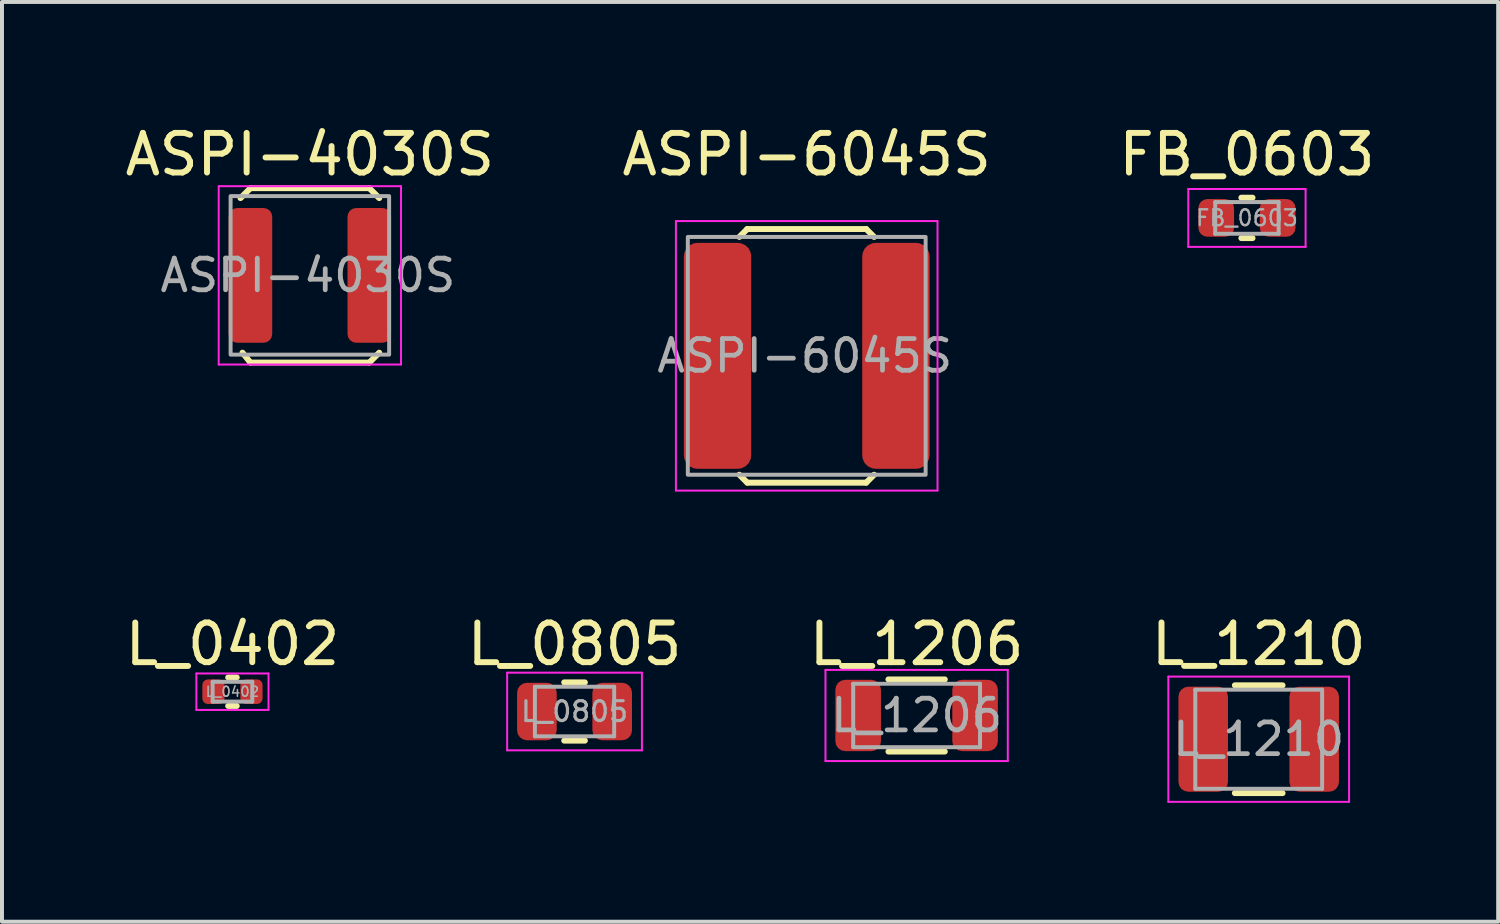
<source format=kicad_pcb>
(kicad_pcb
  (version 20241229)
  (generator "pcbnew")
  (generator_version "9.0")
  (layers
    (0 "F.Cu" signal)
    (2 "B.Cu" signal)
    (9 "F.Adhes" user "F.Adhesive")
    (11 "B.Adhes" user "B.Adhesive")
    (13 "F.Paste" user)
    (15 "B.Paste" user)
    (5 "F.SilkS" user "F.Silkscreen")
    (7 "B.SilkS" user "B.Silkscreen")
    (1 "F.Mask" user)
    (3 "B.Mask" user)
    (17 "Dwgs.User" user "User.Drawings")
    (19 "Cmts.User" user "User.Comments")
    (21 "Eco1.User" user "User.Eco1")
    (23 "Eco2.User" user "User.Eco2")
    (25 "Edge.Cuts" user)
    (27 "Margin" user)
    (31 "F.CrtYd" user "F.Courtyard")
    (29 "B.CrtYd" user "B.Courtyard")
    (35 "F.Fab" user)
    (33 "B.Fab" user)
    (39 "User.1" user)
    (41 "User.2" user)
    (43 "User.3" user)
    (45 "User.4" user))
  (footprint "L_0402"
    (layer "F.Cu")
    (at 2.815 14.402)
    (property "Reference" "L_0402" (at 0 -1.2 0) (layer "F.SilkS") (effects (font (size 1 1) (thickness 0.15))))
    (attr smd)
    (fp_line (start -0.108 -0.36) (end 0.108 -0.36) (stroke (width 0.15) (type solid)) (layer "F.SilkS"))
    (fp_line (start -0.108 0.36) (end 0.108 0.36) (stroke (width 0.15) (type solid)) (layer "F.SilkS"))
    (fp_line (start -0.91 -0.46) (end 0.91 -0.46) (stroke (width 0.05) (type solid)) (layer "F.CrtYd"))
    (fp_line (start -0.91 0.46) (end -0.91 -0.46) (stroke (width 0.05) (type solid)) (layer "F.CrtYd"))
    (fp_line (start 0.91 -0.46) (end 0.91 0.46) (stroke (width 0.05) (type solid)) (layer "F.CrtYd"))
    (fp_line (start 0.91 0.46) (end -0.91 0.46) (stroke (width 0.05) (type solid)) (layer "F.CrtYd"))
    (fp_line (start -0.5 -0.25) (end 0.5 -0.25) (stroke (width 0.1) (type solid)) (layer "F.Fab"))
    (fp_line (start -0.5 0.25) (end -0.5 -0.25) (stroke (width 0.1) (type solid)) (layer "F.Fab"))
    (fp_line (start 0.5 -0.25) (end 0.5 0.25) (stroke (width 0.1) (type solid)) (layer "F.Fab"))
    (fp_line (start 0.5 0.25) (end -0.5 0.25) (stroke (width 0.1) (type solid)) (layer "F.Fab"))
    (fp_text user "${REFERENCE}" (at 0 0 0) (layer "F.Fab") (effects (font (size 0.25 0.25) (thickness 0.04))))
    (pad "1" smd roundrect (at -0.48 0) (size 0.56 0.62) (layers "F.Cu" "F.Mask" "F.Paste") (roundrect_rratio 0.25))
    (pad "2" smd roundrect (at 0.48 0) (size 0.56 0.62) (layers "F.Cu" "F.Mask" "F.Paste") (roundrect_rratio 0.25)))
  (footprint "ASPI-6045S"
    (layer "F.Cu")
    (at 17.304 5.928)
    (property "Reference" "ASPI-6045S" (at 0 -5.08 0) (unlocked yes) (layer "F.SilkS") (effects (font (size 1 1) (thickness 0.15))))
    (attr smd)
    (fp_line (start -1.5 -3.2) (end -1.7 -3) (stroke (width 0.15) (type default)) (layer "F.SilkS"))
    (fp_line (start -1.5 3.2) (end -1.7 3) (stroke (width 0.15) (type default)) (layer "F.SilkS"))
    (fp_line (start -1.5 3.2) (end 1.5 3.2) (stroke (width 0.15) (type solid)) (layer "F.SilkS"))
    (fp_line (start 1.5 -3.2) (end -1.5 -3.2) (stroke (width 0.15) (type solid)) (layer "F.SilkS"))
    (fp_line (start 1.5 -3.2) (end 1.7 -3) (stroke (width 0.15) (type default)) (layer "F.SilkS"))
    (fp_line (start 1.5 3.2) (end 1.7 3) (stroke (width 0.15) (type default)) (layer "F.SilkS"))
    (fp_line (start -3.3 -3.4) (end -3.3 3.4) (stroke (width 0.05) (type solid)) (layer "F.CrtYd"))
    (fp_line (start -3.3 3.4) (end 3.3 3.4) (stroke (width 0.05) (type solid)) (layer "F.CrtYd"))
    (fp_line (start 3.3 -3.4) (end -3.3 -3.4) (stroke (width 0.05) (type solid)) (layer "F.CrtYd"))
    (fp_line (start 3.3 3.4) (end 3.3 -3.4) (stroke (width 0.05) (type solid)) (layer "F.CrtYd"))
    (fp_rect (start -3 -3) (end 3 3) (stroke (width 0.1) (type default)) (fill no) (layer "F.Fab"))
    (fp_text user "${REFERENCE}" (at -0.05 0 0) (layer "F.Fab") (effects (font (size 0.8 0.8) (thickness 0.12))))
    (pad "1" smd roundrect (at -2.25 0) (size 1.7 5.7) (layers "F.Cu" "F.Mask" "F.Paste") (roundrect_rratio 0.2))
    (pad "2" smd roundrect (at 2.25 0) (size 1.7 5.7) (layers "F.Cu" "F.Mask" "F.Paste") (roundrect_rratio 0.2)))
  (footprint "L_1206"
    (layer "F.Cu")
    (at 20.077 15.002)
    (property "Reference" "L_1206" (at 0 -1.8 0) (layer "F.SilkS") (effects (font (size 1 1) (thickness 0.15))))
    (attr smd)
    (fp_line (start -0.711 -0.91) (end 0.711 -0.91) (stroke (width 0.15) (type solid)) (layer "F.SilkS"))
    (fp_line (start -0.711 0.91) (end 0.711 0.91) (stroke (width 0.15) (type solid)) (layer "F.SilkS"))
    (fp_line (start -2.3 -1.15) (end 2.3 -1.15) (stroke (width 0.05) (type solid)) (layer "F.CrtYd"))
    (fp_line (start -2.3 1.15) (end -2.3 -1.15) (stroke (width 0.05) (type solid)) (layer "F.CrtYd"))
    (fp_line (start 2.3 -1.15) (end 2.3 1.15) (stroke (width 0.05) (type solid)) (layer "F.CrtYd"))
    (fp_line (start 2.3 1.15) (end -2.3 1.15) (stroke (width 0.05) (type solid)) (layer "F.CrtYd"))
    (fp_line (start -1.6 -0.8) (end 1.6 -0.8) (stroke (width 0.1) (type solid)) (layer "F.Fab"))
    (fp_line (start -1.6 0.8) (end -1.6 -0.8) (stroke (width 0.1) (type solid)) (layer "F.Fab"))
    (fp_line (start 1.6 -0.8) (end 1.6 0.8) (stroke (width 0.1) (type solid)) (layer "F.Fab"))
    (fp_line (start 1.6 0.8) (end -1.6 0.8) (stroke (width 0.1) (type solid)) (layer "F.Fab"))
    (fp_text user "${REFERENCE}" (at 0 0 0) (layer "F.Fab") (effects (font (size 0.8 0.8) (thickness 0.12))))
    (pad "1" smd roundrect (at -1.475 0) (size 1.15 1.8) (layers "F.Cu" "F.Mask" "F.Paste") (roundrect_rratio 0.217))
    (pad "2" smd roundrect (at 1.475 0) (size 1.15 1.8) (layers "F.Cu" "F.Mask" "F.Paste") (roundrect_rratio 0.217)))
  (footprint "L_0805"
    (layer "F.Cu")
    (at 11.446 14.902)
    (property "Reference" "L_0805" (at 0 -1.7 0) (layer "F.SilkS") (effects (font (size 1 1) (thickness 0.15))))
    (attr smd)
    (fp_line (start -0.261 -0.735) (end 0.261 -0.735) (stroke (width 0.15) (type solid)) (layer "F.SilkS"))
    (fp_line (start -0.261 0.735) (end 0.261 0.735) (stroke (width 0.15) (type solid)) (layer "F.SilkS"))
    (fp_line (start -1.7 -0.98) (end 1.7 -0.98) (stroke (width 0.05) (type solid)) (layer "F.CrtYd"))
    (fp_line (start -1.7 0.98) (end -1.7 -0.98) (stroke (width 0.05) (type solid)) (layer "F.CrtYd"))
    (fp_line (start 1.7 -0.98) (end 1.7 0.98) (stroke (width 0.05) (type solid)) (layer "F.CrtYd"))
    (fp_line (start 1.7 0.98) (end -1.7 0.98) (stroke (width 0.05) (type solid)) (layer "F.CrtYd"))
    (fp_line (start -1 -0.625) (end 1 -0.625) (stroke (width 0.1) (type solid)) (layer "F.Fab"))
    (fp_line (start -1 0.625) (end -1 -0.625) (stroke (width 0.1) (type solid)) (layer "F.Fab"))
    (fp_line (start 1 -0.625) (end 1 0.625) (stroke (width 0.1) (type solid)) (layer "F.Fab"))
    (fp_line (start 1 0.625) (end -1 0.625) (stroke (width 0.1) (type solid)) (layer "F.Fab"))
    (fp_text user "${REFERENCE}" (at 0 0 0) (layer "F.Fab") (effects (font (size 0.5 0.5) (thickness 0.08))))
    (pad "1" smd roundrect (at -0.95 0) (size 1 1.45) (layers "F.Cu" "F.Mask" "F.Paste") (roundrect_rratio 0.25))
    (pad "2" smd roundrect (at 0.95 0) (size 1 1.45) (layers "F.Cu" "F.Mask" "F.Paste") (roundrect_rratio 0.25)))
  (footprint "FB_0603"
    (layer "F.Cu")
    (at 28.411 2.448)
    (property "Reference" "FB_0603" (at 0 -1.6 0) (layer "F.SilkS") (effects (font (size 1 1) (thickness 0.15))))
    (attr through_hole)
    (fp_line (start -0.141 -0.51) (end 0.141 -0.51) (stroke (width 0.15) (type solid)) (layer "F.SilkS"))
    (fp_line (start -0.141 0.51) (end 0.141 0.51) (stroke (width 0.15) (type solid)) (layer "F.SilkS"))
    (fp_line (start -1.48 -0.73) (end 1.48 -0.73) (stroke (width 0.05) (type solid)) (layer "F.CrtYd"))
    (fp_line (start -1.48 0.73) (end -1.48 -0.73) (stroke (width 0.05) (type solid)) (layer "F.CrtYd"))
    (fp_line (start 1.48 -0.73) (end 1.48 0.73) (stroke (width 0.05) (type solid)) (layer "F.CrtYd"))
    (fp_line (start 1.48 0.73) (end -1.48 0.73) (stroke (width 0.05) (type solid)) (layer "F.CrtYd"))
    (fp_line (start -0.8 -0.4) (end 0.8 -0.4) (stroke (width 0.1) (type solid)) (layer "F.Fab"))
    (fp_line (start -0.8 0.4) (end -0.8 -0.4) (stroke (width 0.1) (type solid)) (layer "F.Fab"))
    (fp_line (start 0.8 -0.4) (end 0.8 0.4) (stroke (width 0.1) (type solid)) (layer "F.Fab"))
    (fp_line (start 0.8 0.4) (end -0.8 0.4) (stroke (width 0.1) (type solid)) (layer "F.Fab"))
    (fp_text user "${REFERENCE}" (at 0 0 0) (layer "F.Fab") (effects (font (size 0.4 0.4) (thickness 0.06))))
    (pad "1" smd roundrect (at -0.775 0) (size 0.9 0.95) (layers "F.Cu" "F.Mask" "F.Paste") (roundrect_rratio 0.25))
    (pad "2" smd roundrect (at 0.775 0) (size 0.9 0.95) (layers "F.Cu" "F.Mask" "F.Paste") (roundrect_rratio 0.25)))
  (footprint "L_1210"
    (layer "F.Cu")
    (at 28.708 15.601)
    (property "Reference" "L_1210" (at 0 -2.4 0) (unlocked yes) (layer "F.SilkS") (effects (font (size 1 1) (thickness 0.15))))
    (attr smd)
    (fp_line (start -0.602 -1.36) (end 0.602 -1.36) (stroke (width 0.15) (type solid)) (layer "F.SilkS"))
    (fp_line (start -0.602 1.36) (end 0.602 1.36) (stroke (width 0.15) (type solid)) (layer "F.SilkS"))
    (fp_line (start -2.28 -1.58) (end 2.28 -1.58) (stroke (width 0.05) (type solid)) (layer "F.CrtYd"))
    (fp_line (start -2.28 1.58) (end -2.28 -1.58) (stroke (width 0.05) (type solid)) (layer "F.CrtYd"))
    (fp_line (start 2.28 -1.58) (end 2.28 1.58) (stroke (width 0.05) (type solid)) (layer "F.CrtYd"))
    (fp_line (start 2.28 1.58) (end -2.28 1.58) (stroke (width 0.05) (type solid)) (layer "F.CrtYd"))
    (fp_line (start -1.6 -1.25) (end 1.6 -1.25) (stroke (width 0.1) (type solid)) (layer "F.Fab"))
    (fp_line (start -1.6 1.25) (end -1.6 -1.25) (stroke (width 0.1) (type solid)) (layer "F.Fab"))
    (fp_line (start 1.6 -1.25) (end 1.6 1.25) (stroke (width 0.1) (type solid)) (layer "F.Fab"))
    (fp_line (start 1.6 1.25) (end -1.6 1.25) (stroke (width 0.1) (type solid)) (layer "F.Fab"))
    (fp_text user "${REFERENCE}" (at 0 0 0) (layer "F.Fab") (effects (font (size 0.8 0.8) (thickness 0.12))))
    (pad "1" smd roundrect (at -1.4 0) (size 1.25 2.65) (layers "F.Cu" "F.Mask" "F.Paste") (roundrect_rratio 0.2))
    (pad "2" smd roundrect (at 1.4 0) (size 1.25 2.65) (layers "F.Cu" "F.Mask" "F.Paste") (roundrect_rratio 0.2)))
  (footprint "ASPI-4030S"
    (layer "F.Cu")
    (at 4.768 3.898)
    (property "Reference" "ASPI-4030S" (at 0 -3.05 0) (unlocked yes) (layer "F.SilkS") (effects (font (size 1 1) (thickness 0.15))))
    (attr smd)
    (fp_line (start -1.5 -2.2) (end -1.75 -1.95) (stroke (width 0.15) (type default)) (layer "F.SilkS"))
    (fp_line (start -1.5 -2.2) (end 1.5 -2.2) (stroke (width 0.15) (type solid)) (layer "F.SilkS"))
    (fp_line (start -1.5 2.2) (end -1.7 1.95) (stroke (width 0.15) (type default)) (layer "F.SilkS"))
    (fp_line (start -1.5 2.2) (end 1.5 2.2) (stroke (width 0.15) (type solid)) (layer "F.SilkS"))
    (fp_line (start 1.5 -2.2) (end 1.75 -1.95) (stroke (width 0.15) (type default)) (layer "F.SilkS"))
    (fp_line (start 1.5 2.2) (end 1.75 1.95) (stroke (width 0.15) (type default)) (layer "F.SilkS"))
    (fp_line (start -2.3 -2.25) (end -2.3 2.25) (stroke (width 0.05) (type solid)) (layer "F.CrtYd"))
    (fp_line (start -2.3 2.25) (end 2.3 2.25) (stroke (width 0.05) (type solid)) (layer "F.CrtYd"))
    (fp_line (start 2.3 -2.25) (end -2.3 -2.25) (stroke (width 0.05) (type solid)) (layer "F.CrtYd"))
    (fp_line (start 2.3 2.25) (end 2.3 -2.25) (stroke (width 0.05) (type solid)) (layer "F.CrtYd"))
    (fp_rect (start -2 -2) (end 2 2) (stroke (width 0.1) (type default)) (fill no) (layer "F.Fab"))
    (fp_text user "${REFERENCE}" (at -0.05 0 0) (layer "F.Fab") (effects (font (size 0.8 0.8) (thickness 0.12))))
    (pad "1" smd roundrect (at -1.5 0) (size 1.1 3.4) (layers "F.Cu" "F.Mask" "F.Paste") (roundrect_rratio 0.2))
    (pad "2" smd roundrect (at 1.5 0) (size 1.1 3.4) (layers "F.Cu" "F.Mask" "F.Paste") (roundrect_rratio 0.2)))
  (gr_rect
    (start -3 -3)
    (end 34.75 20.206)
    (stroke (width 0.1) (type default))
    (fill no)
    (layer "Edge.Cuts")))
</source>
